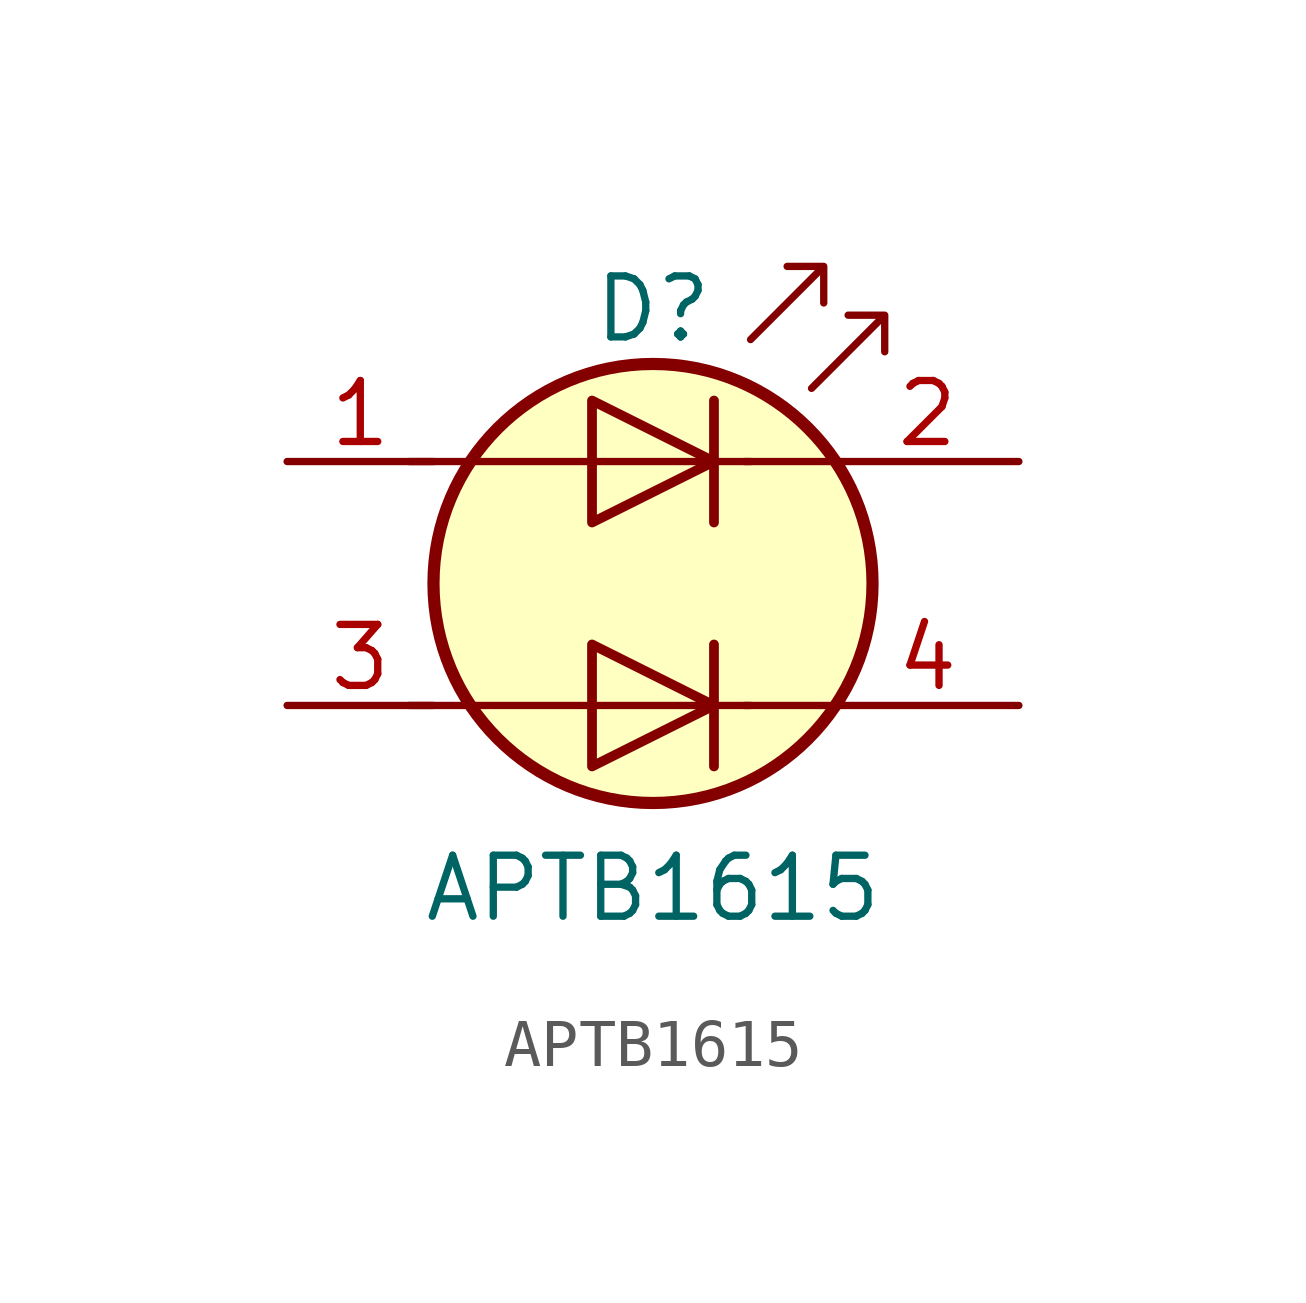
<source format=kicad_sym>
(kicad_symbol_lib
  (version 20220102)
  (generator kicad_symbol_editor)
  (symbol "APTB1615"
    (pin_names
      (offset 0) hide)
    (property "Reference" "D"
      (at 0 5.715 0)
      (effects (font (size 1.27 1.27))))
    (property "Value" "APTB1615"
      (at 0 -6.35 0)
      (effects (font (size 1.27 1.27))))
    (symbol "APTB1615_0_1"
      (polyline (pts (xy -5.08 -2.54) (xy 2.032 -2.54)) (stroke (width 0) (type default)) (fill (type none)))
      (polyline (pts (xy -5.08 2.54) (xy 2.032 2.54)) (stroke (width 0) (type default)) (fill (type none)))
      (polyline (pts (xy 1.27 -1.27) (xy 1.27 -3.81)) (stroke (width 0.203) (type default)) (fill (type none)))
      (polyline (pts (xy 1.27 3.81) (xy 1.27 1.27)) (stroke (width 0.203) (type default)) (fill (type none)))
      (polyline (pts (xy 3.81 -2.54) (xy 1.905 -2.54)) (stroke (width 0) (type default)) (fill (type none)))
      (polyline (pts (xy 3.81 2.54) (xy 1.905 2.54)) (stroke (width 0) (type default)) (fill (type none)))
      (polyline (pts (xy -1.27 -1.27) (xy -1.27 -3.81) (xy 1.27 -2.54) (xy -1.27 -1.27)) (stroke (width 0.203) (type default)) (fill (type none)))
      (polyline (pts (xy -1.27 3.81) (xy -1.27 1.27) (xy 1.27 2.54) (xy -1.27 3.81)) (stroke (width 0.203) (type default)) (fill (type none)))
      (polyline (pts (xy 2.032 5.08) (xy 3.556 6.604) (xy 2.794 6.604) (xy 3.556 6.604) (xy 3.556 5.842)) (stroke (width 0) (type default)) (fill (type none)))
      (polyline (pts (xy 3.302 4.064) (xy 4.826 5.588) (xy 4.064 5.588) (xy 4.826 5.588) (xy 4.826 4.826)) (stroke (width 0) (type default)) (fill (type none)))
      (circle (center 0 0) (radius 4.572) (stroke (width 0.254) (type default)) (fill (type background))))
    (symbol "APTB1615_1_1"
      (pin passive line (at -7.62 2.54 0) (length 3.048) (name "A1" (effects (font (size 1.27 1.27)))) (number "1" (effects (font (size 1.27 1.27)))))
      (pin passive line (at 7.62 2.54 180) (length 3.81) (name "K1" (effects (font (size 1.27 1.27)))) (number "2" (effects (font (size 1.27 1.27)))))
      (pin passive line (at -7.62 -2.54 0) (length 3.048) (name "A2" (effects (font (size 1.27 1.27)))) (number "3" (effects (font (size 1.27 1.27)))))
      (pin passive line (at 7.62 -2.54 180) (length 3.81) (name "K2" (effects (font (size 1.27 1.27)))) (number "4" (effects (font (size 1.27 1.27))))))))
</source>
